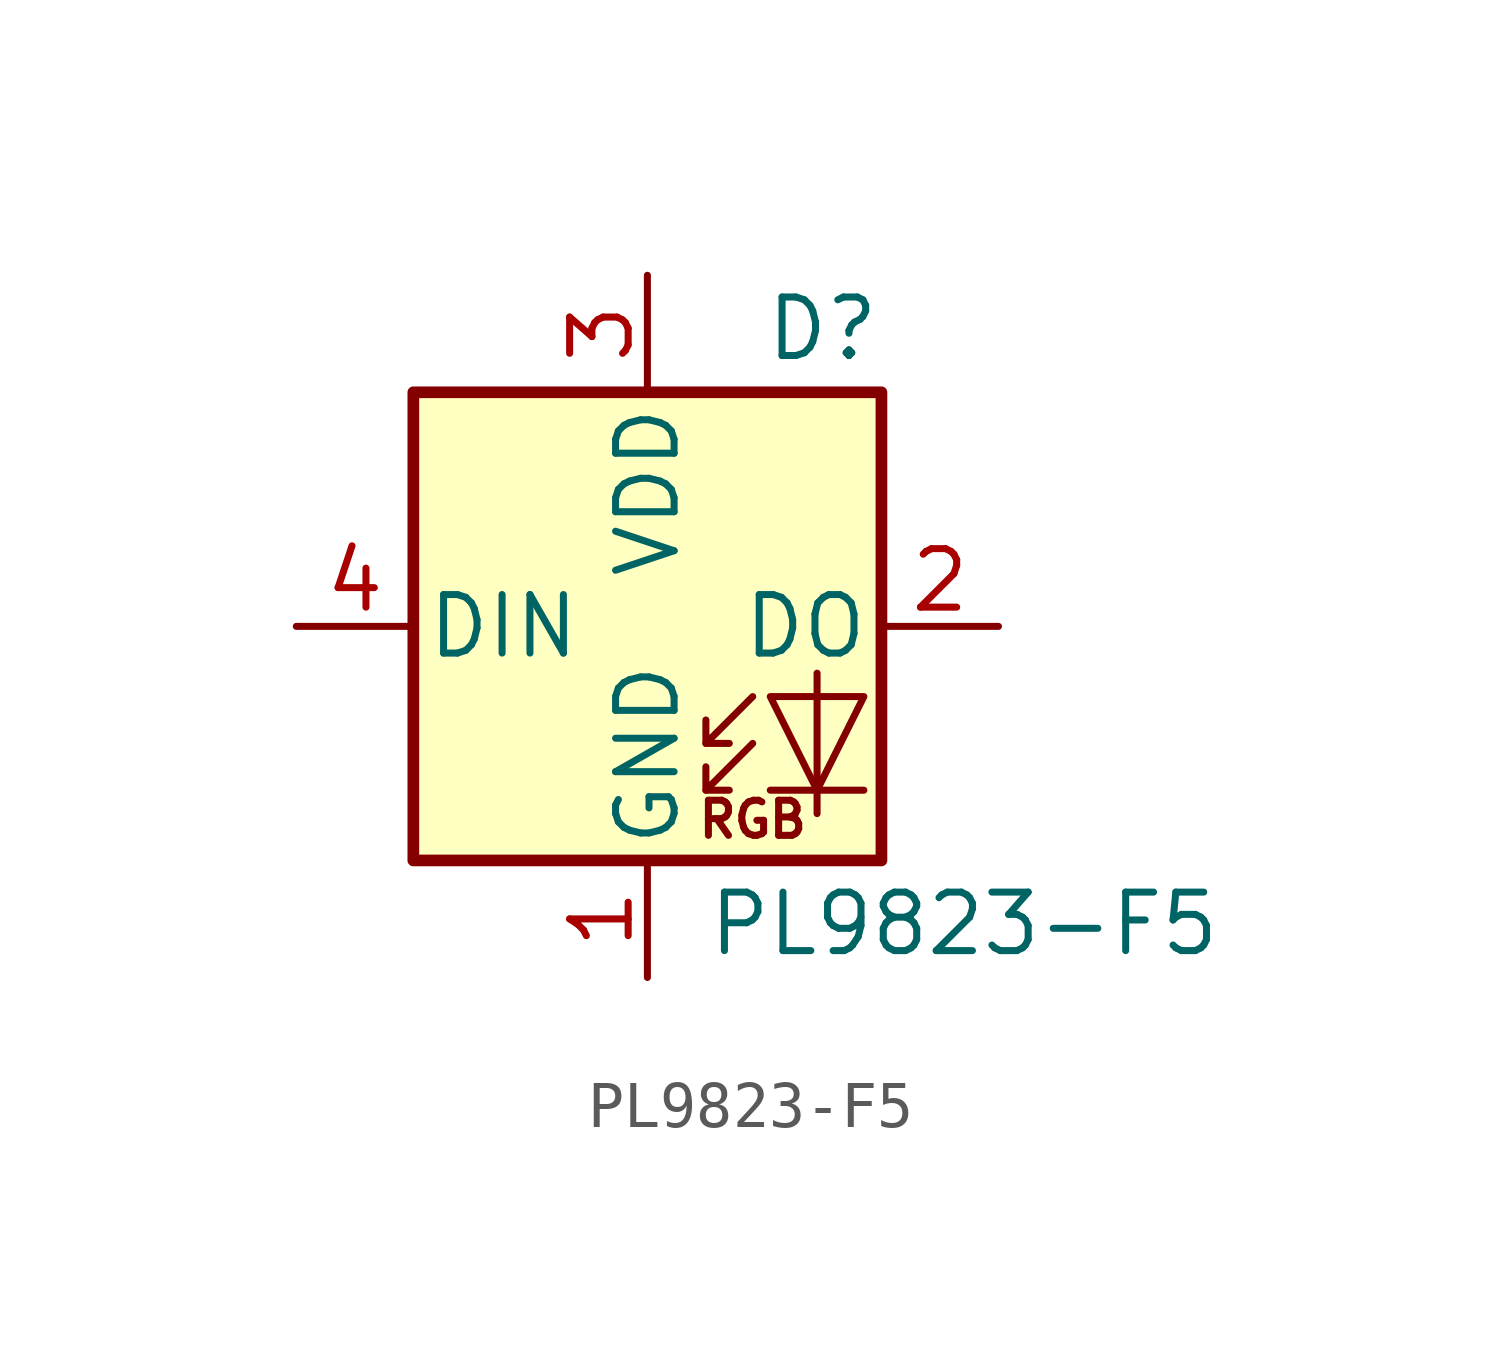
<source format=kicad_sym>
(kicad_symbol_lib
  (version 20211014)
  (generator kicad_symbol_editor)
  (symbol "PL9823-F5"
    (pin_names
      (offset 0.254))
    (property "Reference" "D"
      (at 5.08 5.715 0)
      (effects (font (size 1.27 1.27)) (justify right bottom)))
    (property "Value" "PL9823-F5"
      (at 1.27 -5.715 0)
      (effects (font (size 1.27 1.27)) (justify left top)))
    (symbol "PL9823-F5_0_0"
      (text "RGB" (at 2.286 -4.191 0) (effects (font (size 0.762 0.762)))))
    (symbol "PL9823-F5_0_1"
      (polyline (pts (xy 1.27 -3.556) (xy 1.778 -3.556)) (stroke (width 0) (type default) (color 0 0 0 0)) (fill (type none)))
      (polyline (pts (xy 1.27 -2.54) (xy 1.778 -2.54)) (stroke (width 0) (type default) (color 0 0 0 0)) (fill (type none)))
      (polyline (pts (xy 4.699 -3.556) (xy 2.667 -3.556)) (stroke (width 0) (type default) (color 0 0 0 0)) (fill (type none)))
      (polyline (pts (xy 2.286 -2.54) (xy 1.27 -3.556) (xy 1.27 -3.048)) (stroke (width 0) (type default) (color 0 0 0 0)) (fill (type none)))
      (polyline (pts (xy 2.286 -1.524) (xy 1.27 -2.54) (xy 1.27 -2.032)) (stroke (width 0) (type default) (color 0 0 0 0)) (fill (type none)))
      (polyline (pts (xy 3.683 -1.016) (xy 3.683 -3.556) (xy 3.683 -4.064)) (stroke (width 0) (type default) (color 0 0 0 0)) (fill (type none)))
      (polyline (pts (xy 4.699 -1.524) (xy 2.667 -1.524) (xy 3.683 -3.556) (xy 4.699 -1.524)) (stroke (width 0) (type default) (color 0 0 0 0)) (fill (type none)))
      (rectangle (start 5.08 5.08) (end -5.08 -5.08) (stroke (width 0.254) (type default) (color 0 0 0 0)) (fill (type background))))
    (symbol "PL9823-F5_1_1"
      (pin power_in line (at 0 -7.62 90) (length 2.54) (name "GND" (effects (font (size 1.27 1.27)))) (number "1" (effects (font (size 1.27 1.27)))))
      (pin output line (at 7.62 0 180) (length 2.54) (name "DO" (effects (font (size 1.27 1.27)))) (number "2" (effects (font (size 1.27 1.27)))))
      (pin power_in line (at 0 7.62 270) (length 2.54) (name "VDD" (effects (font (size 1.27 1.27)))) (number "3" (effects (font (size 1.27 1.27)))))
      (pin input line (at -7.62 0 0) (length 2.54) (name "DIN" (effects (font (size 1.27 1.27)))) (number "4" (effects (font (size 1.27 1.27))))))))
</source>
